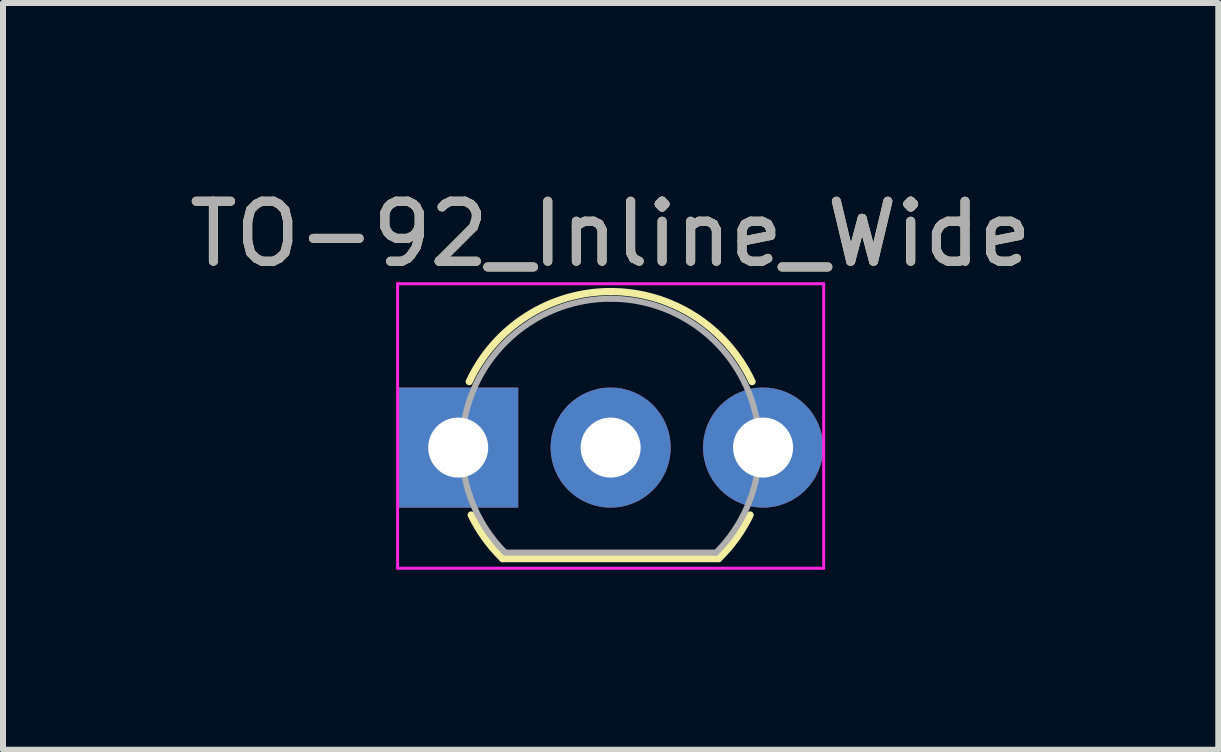
<source format=kicad_pcb>
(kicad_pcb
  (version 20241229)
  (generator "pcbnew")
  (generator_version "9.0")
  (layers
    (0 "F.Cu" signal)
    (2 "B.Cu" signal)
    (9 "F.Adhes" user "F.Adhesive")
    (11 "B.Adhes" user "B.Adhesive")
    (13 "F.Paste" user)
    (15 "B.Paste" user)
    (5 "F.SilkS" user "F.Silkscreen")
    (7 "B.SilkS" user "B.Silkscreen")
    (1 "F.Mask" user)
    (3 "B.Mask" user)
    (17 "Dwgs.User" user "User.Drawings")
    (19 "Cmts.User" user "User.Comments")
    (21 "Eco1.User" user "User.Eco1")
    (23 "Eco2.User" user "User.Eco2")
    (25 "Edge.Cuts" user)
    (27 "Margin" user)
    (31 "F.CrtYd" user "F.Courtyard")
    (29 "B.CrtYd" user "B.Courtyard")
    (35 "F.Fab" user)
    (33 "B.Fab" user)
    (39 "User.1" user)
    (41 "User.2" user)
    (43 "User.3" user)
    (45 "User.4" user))
  (footprint "TO-92_Inline_Wide"
    (layer "F.Cu")
    (at 4.585 4.408)
    (property "Reference" "TO-92_Inline_Wide" (at 2.54 -3.56 180) (layer "F.SilkS") (effects (font (size 1 1) (thickness 0.15))))
    (attr through_hole)
    (fp_line (start 0.74 1.85) (end 4.34 1.85) (stroke (width 0.12) (type solid)) (layer "F.SilkS"))
    (fp_arc (start 0.1836 -1.098807) (mid 1.143021 -2.192817) (end 2.54 -2.6) (stroke (width 0.12) (type solid)) (layer "F.SilkS"))
    (fp_arc (start 0.74 1.85) (mid 0.446097 1.509328) (end 0.215816 1.122795) (stroke (width 0.12) (type solid)) (layer "F.SilkS"))
    (fp_arc (start 2.54 -2.6) (mid 3.936979 -2.192818) (end 4.8964 -1.098807) (stroke (width 0.12) (type solid)) (layer "F.SilkS"))
    (fp_arc (start 4.864184 1.122795) (mid 4.633903 1.509328) (end 4.34 1.85) (stroke (width 0.12) (type solid)) (layer "F.SilkS"))
    (fp_line (start -1.01 -2.73) (end -1.01 2.01) (stroke (width 0.05) (type solid)) (layer "F.CrtYd"))
    (fp_line (start -1.01 -2.73) (end 6.09 -2.73) (stroke (width 0.05) (type solid)) (layer "F.CrtYd"))
    (fp_line (start 6.09 2.01) (end -1.01 2.01) (stroke (width 0.05) (type solid)) (layer "F.CrtYd"))
    (fp_line (start 6.09 2.01) (end 6.09 -2.73) (stroke (width 0.05) (type solid)) (layer "F.CrtYd"))
    (fp_line (start 0.8 1.75) (end 4.3 1.75) (stroke (width 0.1) (type solid)) (layer "F.Fab"))
    (fp_arc (start 0.786375 1.753625) (mid 0.248779 -0.949055) (end 2.54 -2.48) (stroke (width 0.1) (type solid)) (layer "F.Fab"))
    (fp_arc (start 2.54 -2.48) (mid 4.831221 -0.949055) (end 4.293625 1.753625) (stroke (width 0.1) (type solid)) (layer "F.Fab"))
    (fp_text user "${REFERENCE}" (at 2.54 -3.56 180) (layer "F.Fab") (effects (font (size 1 1) (thickness 0.15))))
    (pad "1" thru_hole rect (at 0 0 90) (size 2 2) (drill 1) (layers "*.Cu" "*.Mask"))
    (pad "2" thru_hole circle (at 2.54 0 90) (size 2 2) (drill 1) (layers "*.Cu" "*.Mask"))
    (pad "3" thru_hole circle (at 5.08 0 90) (size 2 2) (drill 1) (layers "*.Cu" "*.Mask")))
  (gr_rect
    (start -3 -3)
    (end 17.25 9.443)
    (stroke (width 0.1) (type default))
    (fill no)
    (layer "Edge.Cuts")))
</source>
